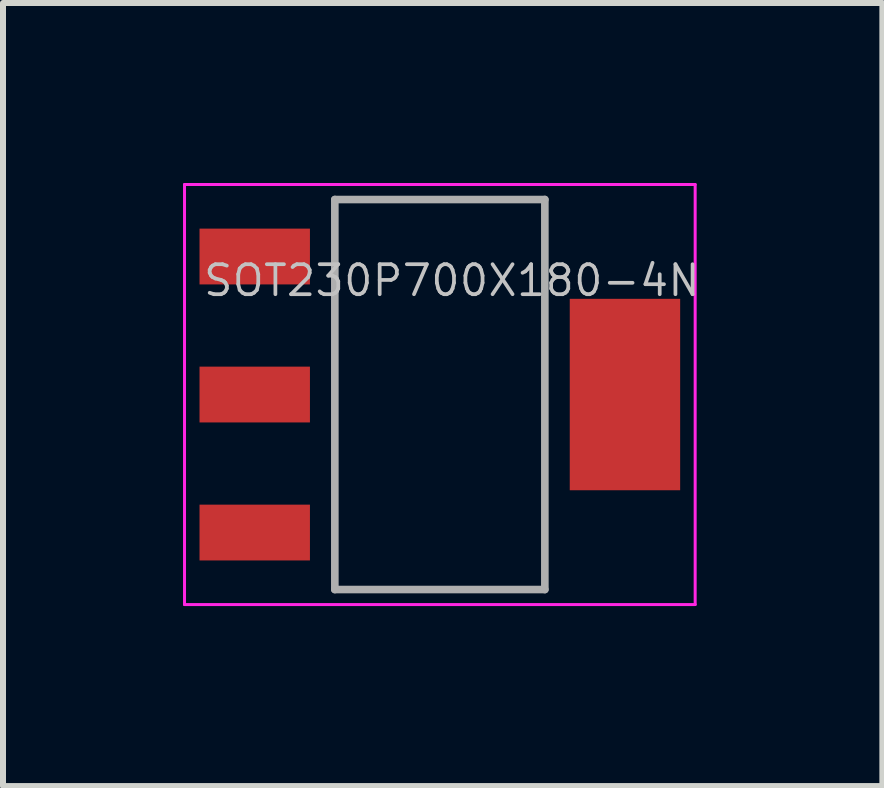
<source format=kicad_pcb>
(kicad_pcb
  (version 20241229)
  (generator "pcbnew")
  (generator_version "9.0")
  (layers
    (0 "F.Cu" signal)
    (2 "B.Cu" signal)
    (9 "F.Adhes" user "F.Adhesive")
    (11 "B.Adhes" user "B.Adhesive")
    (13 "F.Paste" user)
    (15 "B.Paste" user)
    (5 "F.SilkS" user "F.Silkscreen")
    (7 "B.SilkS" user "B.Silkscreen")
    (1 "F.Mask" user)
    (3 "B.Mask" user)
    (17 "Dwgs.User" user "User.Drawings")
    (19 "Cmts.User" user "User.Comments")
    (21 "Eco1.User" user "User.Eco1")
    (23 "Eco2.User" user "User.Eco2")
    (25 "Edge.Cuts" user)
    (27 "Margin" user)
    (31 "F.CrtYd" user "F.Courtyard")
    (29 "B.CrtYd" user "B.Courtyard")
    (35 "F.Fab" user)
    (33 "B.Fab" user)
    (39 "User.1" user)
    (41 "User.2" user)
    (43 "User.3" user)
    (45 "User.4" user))
  (footprint "SOT230P700X180-4N"
    (layer "F.Cu")
    (at 4.28 3.525)
    (property "Reference" "SOT230P700X180-4N" (at 0.2 -1.9 180) (layer "Dwgs.User") (effects (font (size 0.5 0.5) (thickness 0.062))))
    (attr through_hole)
    (fp_line (start -4.255 -3.5) (end -4.255 3.5) (stroke (width 0.05) (type solid)) (layer "F.CrtYd"))
    (fp_line (start -4.255 3.5) (end 4.255 3.5) (stroke (width 0.05) (type solid)) (layer "F.CrtYd"))
    (fp_line (start 4.255 -3.5) (end -4.255 -3.5) (stroke (width 0.05) (type solid)) (layer "F.CrtYd"))
    (fp_line (start 4.255 3.5) (end 4.255 -3.5) (stroke (width 0.05) (type solid)) (layer "F.CrtYd"))
    (fp_line (start -1.75 -3.25) (end 1.75 -3.25) (stroke (width 0.127) (type solid)) (layer "F.Fab"))
    (fp_line (start -1.75 3.25) (end -1.75 -3.25) (stroke (width 0.127) (type solid)) (layer "F.Fab"))
    (fp_line (start 1.75 -3.25) (end 1.75 3.25) (stroke (width 0.127) (type solid)) (layer "F.Fab"))
    (fp_line (start 1.75 3.25) (end -1.75 3.25) (stroke (width 0.127) (type solid)) (layer "F.Fab"))
    (pad "1" smd rect (at -3.085 -2.3) (size 1.84 0.93) (layers "F.Cu" "F.Mask" "F.Paste"))
    (pad "2" smd rect (at -3.085 0) (size 1.84 0.93) (layers "F.Cu" "F.Mask" "F.Paste"))
    (pad "3" smd rect (at -3.085 2.3) (size 1.84 0.93) (layers "F.Cu" "F.Mask" "F.Paste"))
    (pad "4" smd rect (at 3.085 0) (size 1.84 3.19) (layers "F.Cu" "F.Mask" "F.Paste")))
  (gr_rect
    (start -3 -3)
    (end 11.655 10.05)
    (stroke (width 0.1) (type default))
    (fill no)
    (layer "Edge.Cuts")))
</source>
